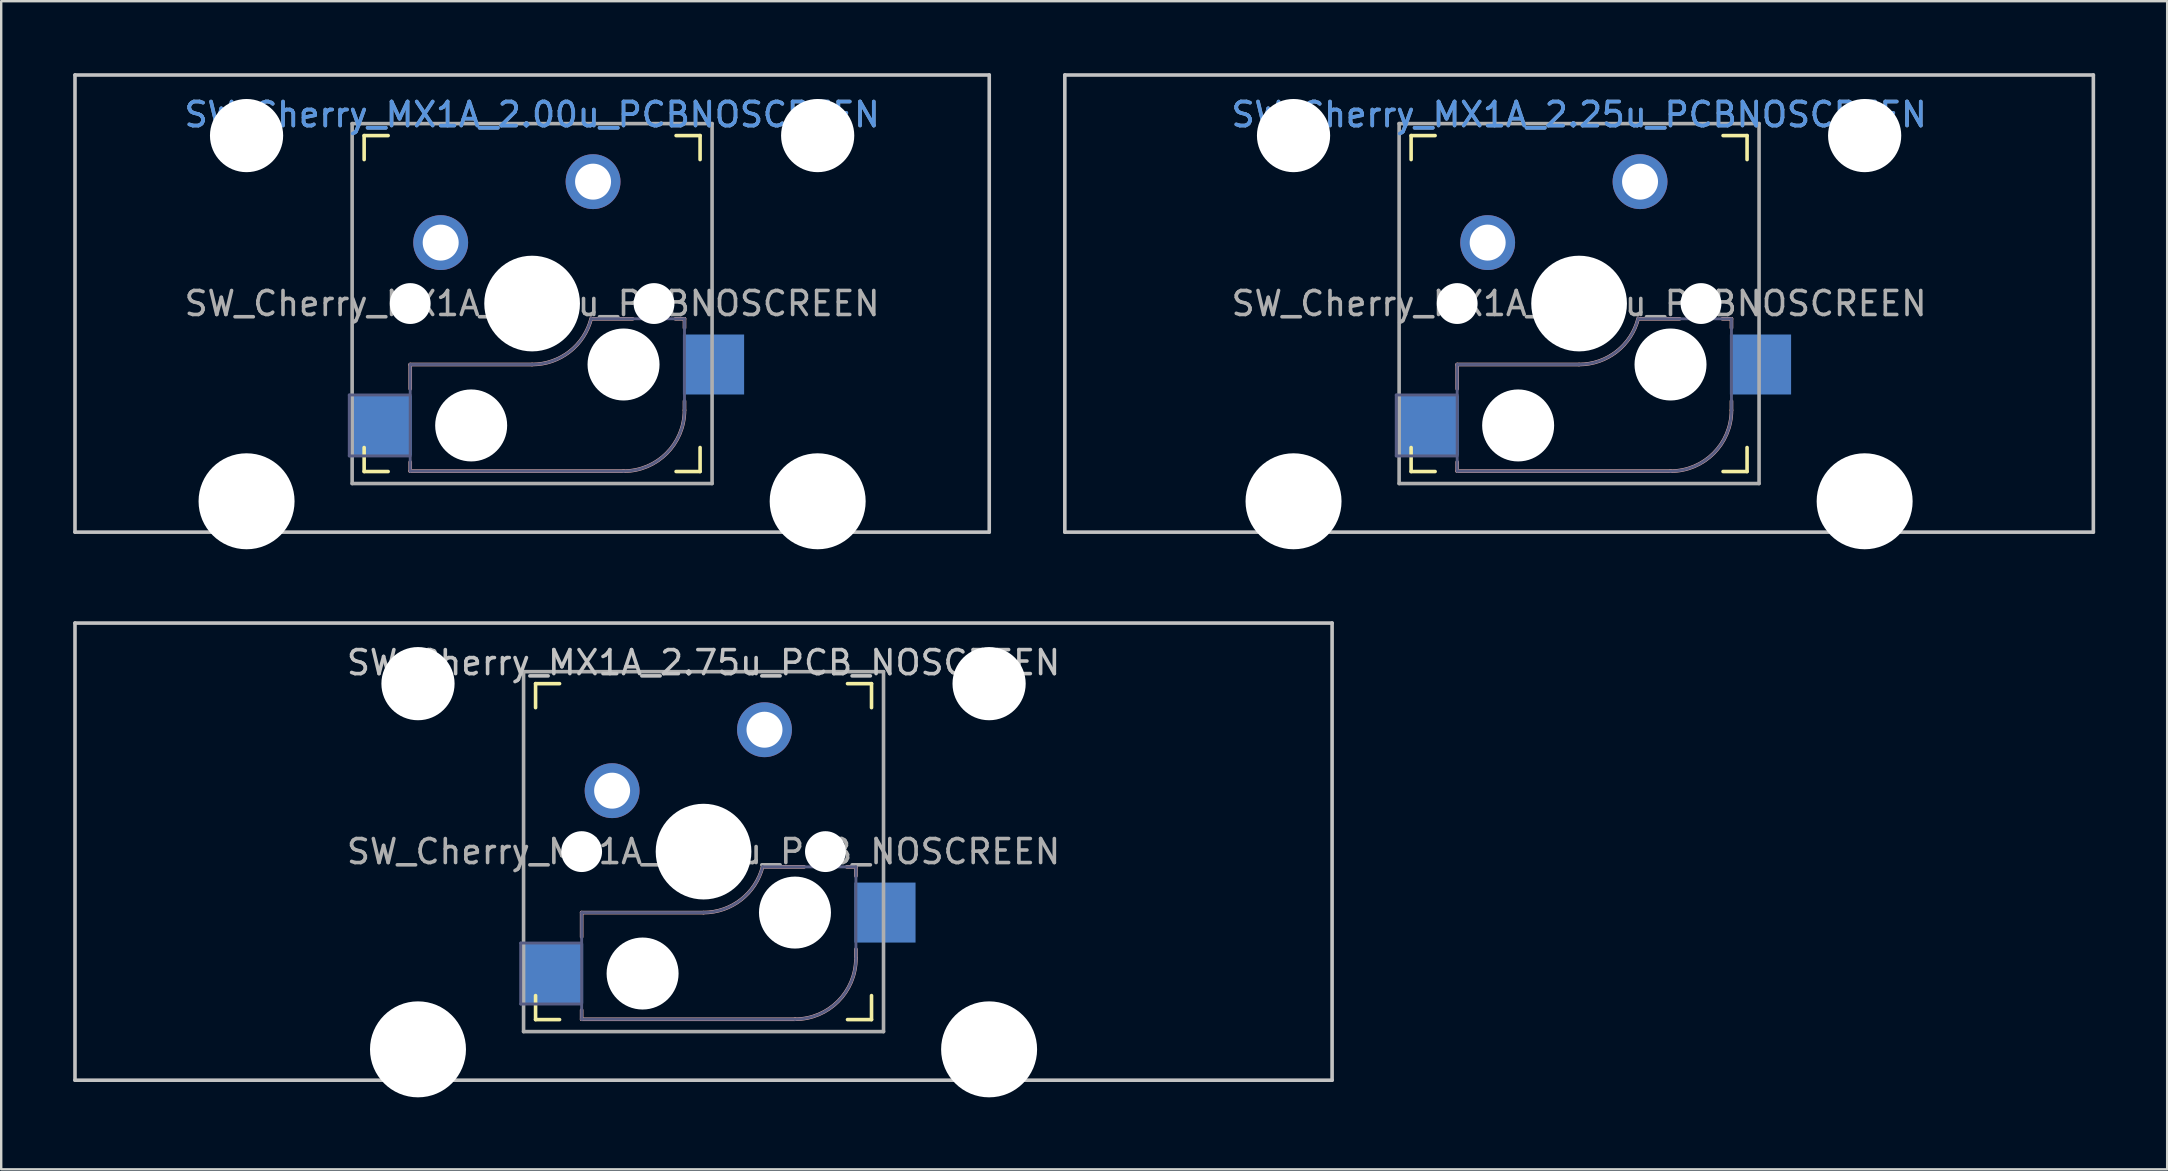
<source format=kicad_pcb>
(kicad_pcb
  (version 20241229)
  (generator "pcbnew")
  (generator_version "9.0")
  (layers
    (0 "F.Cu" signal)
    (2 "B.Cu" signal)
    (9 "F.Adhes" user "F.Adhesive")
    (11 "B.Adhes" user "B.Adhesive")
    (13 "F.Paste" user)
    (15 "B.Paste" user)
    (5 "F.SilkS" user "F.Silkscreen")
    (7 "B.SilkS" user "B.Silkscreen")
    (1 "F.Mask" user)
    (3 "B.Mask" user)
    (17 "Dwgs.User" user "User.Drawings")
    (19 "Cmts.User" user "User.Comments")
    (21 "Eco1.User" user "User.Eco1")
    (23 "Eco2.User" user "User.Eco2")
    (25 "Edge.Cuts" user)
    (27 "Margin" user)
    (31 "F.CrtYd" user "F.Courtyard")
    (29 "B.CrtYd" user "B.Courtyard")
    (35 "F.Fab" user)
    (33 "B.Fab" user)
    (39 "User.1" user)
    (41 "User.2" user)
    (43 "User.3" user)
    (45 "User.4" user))
  (footprint "SW_Cherry_MX1A_2.00u_PCBNOSCREEN"
    (layer "F.Cu")
    (at 21.665 4.52)
    (property "Reference" "SW_Cherry_MX1A_2.00u_PCBNOSCREEN" (at -2.54 -2.794 0) (layer "Cmts.User") (effects (font (size 1 1) (thickness 0.15))))
    (attr through_hole)
    (fp_line (start -9.54 -0.92) (end -9.54 -1.92) (stroke (width 0.15) (type solid)) (layer "F.SilkS"))
    (fp_line (start -9.54 12.08) (end -9.54 11.08) (stroke (width 0.15) (type solid)) (layer "F.SilkS"))
    (fp_line (start -9.54 12.08) (end -8.54 12.08) (stroke (width 0.15) (type solid)) (layer "F.SilkS"))
    (fp_line (start -8.54 -1.92) (end -9.54 -1.92) (stroke (width 0.15) (type solid)) (layer "F.SilkS"))
    (fp_line (start 3.46 12.08) (end 4.46 12.08) (stroke (width 0.15) (type solid)) (layer "F.SilkS"))
    (fp_line (start 4.46 -1.92) (end 3.46 -1.92) (stroke (width 0.15) (type solid)) (layer "F.SilkS"))
    (fp_line (start 4.46 -1.92) (end 4.46 -0.92) (stroke (width 0.15) (type solid)) (layer "F.SilkS"))
    (fp_line (start 4.46 11.08) (end 4.46 12.08) (stroke (width 0.15) (type solid)) (layer "F.SilkS"))
    (fp_line (start -7.62 7.62) (end -7.62 8.636) (stroke (width 0.15) (type solid)) (layer "B.SilkS"))
    (fp_line (start -7.62 11.684) (end -7.62 12.065) (stroke (width 0.15) (type solid)) (layer "B.SilkS"))
    (fp_line (start -7.62 12.065) (end 1.27 12.065) (stroke (width 0.15) (type solid)) (layer "B.SilkS"))
    (fp_line (start -2.54 7.62) (end -7.62 7.62) (stroke (width 0.15) (type solid)) (layer "B.SilkS"))
    (fp_line (start 1.651 5.715) (end 0 5.715) (stroke (width 0.15) (type solid)) (layer "B.SilkS"))
    (fp_line (start 3.81 5.715) (end 3.429 5.715) (stroke (width 0.15) (type solid)) (layer "B.SilkS"))
    (fp_line (start 3.81 6.096) (end 3.81 5.715) (stroke (width 0.15) (type solid)) (layer "B.SilkS"))
    (fp_line (start 3.81 9.525) (end 3.81 9.144) (stroke (width 0.15) (type solid)) (layer "B.SilkS"))
    (fp_arc (start -0.075838 5.69604) (mid -0.976853 7.082042) (end -2.54 7.62) (stroke (width 0.15) (type solid)) (layer "B.SilkS"))
    (fp_arc (start 3.81 9.525) (mid 3.066051 11.321051) (end 1.27 12.065) (stroke (width 0.15) (type solid)) (layer "B.SilkS"))
    (fp_line (start -21.59 -4.445) (end 16.51 -4.445) (stroke (width 0.15) (type solid)) (layer "Dwgs.User"))
    (fp_line (start -21.59 14.605) (end -21.59 -4.445) (stroke (width 0.15) (type solid)) (layer "Dwgs.User"))
    (fp_line (start 16.51 -4.445) (end 16.51 14.605) (stroke (width 0.15) (type solid)) (layer "Dwgs.User"))
    (fp_line (start 16.51 14.605) (end -21.59 14.605) (stroke (width 0.15) (type solid)) (layer "Dwgs.User"))
    (fp_line (start -9.44 11.98) (end -9.44 -1.82) (stroke (width 0.15) (type solid)) (layer "Eco2.User"))
    (fp_line (start -9.44 11.98) (end 4.36 11.98) (stroke (width 0.15) (type solid)) (layer "Eco2.User"))
    (fp_line (start 4.36 -1.82) (end -9.44 -1.82) (stroke (width 0.15) (type solid)) (layer "Eco2.User"))
    (fp_line (start 4.36 -1.82) (end 4.36 11.98) (stroke (width 0.15) (type solid)) (layer "Eco2.User"))
    (fp_line (start -10.16 8.89) (end -10.16 11.43) (stroke (width 0.12) (type solid)) (layer "B.Fab"))
    (fp_line (start -10.16 11.43) (end -7.62 11.43) (stroke (width 0.12) (type solid)) (layer "B.Fab"))
    (fp_line (start -7.62 7.62) (end -7.62 12.065) (stroke (width 0.12) (type solid)) (layer "B.Fab"))
    (fp_line (start -7.62 8.89) (end -10.16 8.89) (stroke (width 0.12) (type solid)) (layer "B.Fab"))
    (fp_line (start -7.62 12.065) (end 1.27 12.065) (stroke (width 0.12) (type solid)) (layer "B.Fab"))
    (fp_line (start -2.54 7.62) (end -7.62 7.62) (stroke (width 0.12) (type solid)) (layer "B.Fab"))
    (fp_line (start 3.81 5.715) (end 0 5.715) (stroke (width 0.12) (type solid)) (layer "B.Fab"))
    (fp_line (start 3.81 9.525) (end 3.81 5.715) (stroke (width 0.12) (type solid)) (layer "B.Fab"))
    (fp_arc (start -0.075838 5.69604) (mid -0.976853 7.082042) (end -2.54 7.62) (stroke (width 0.12) (type solid)) (layer "B.Fab"))
    (fp_arc (start 3.81 9.525) (mid 3.066051 11.321051) (end 1.27 12.065) (stroke (width 0.12) (type solid)) (layer "B.Fab"))
    (fp_line (start -10.04 -2.42) (end 4.96 -2.42) (stroke (width 0.15) (type solid)) (layer "F.Fab"))
    (fp_line (start -10.04 12.58) (end -10.04 -2.42) (stroke (width 0.15) (type solid)) (layer "F.Fab"))
    (fp_line (start 4.96 -2.42) (end 4.96 12.58) (stroke (width 0.15) (type solid)) (layer "F.Fab"))
    (fp_line (start 4.96 12.58) (end -10.04 12.58) (stroke (width 0.15) (type solid)) (layer "F.Fab"))
    (fp_text user "${REFERENCE}" (at -2.54 5.08 0) (layer "F.Fab") (effects (font (size 1 1) (thickness 0.15))))
    (fp_text user "${REFERENCE}" (at -2.54 -2.794 0) (layer "F.Fab") (effects (font (size 1 1) (thickness 0.15))))
    (pad "" np_thru_hole circle (at -14.44 -1.92) (size 3.05 3.05) (drill 3.05) (layers "*.Cu" "*.Mask"))
    (pad "" np_thru_hole circle (at -14.44 13.32) (size 4 4) (drill 4) (layers "*.Cu" "*.Mask"))
    (pad "" np_thru_hole circle (at -7.62 5.08) (size 1.702 1.702) (drill 1.702) (layers "*.Cu" "*.Mask"))
    (pad "" np_thru_hole circle (at -5.08 10.16) (size 3 3) (drill 3) (layers "*.Cu" "*.Mask"))
    (pad "" np_thru_hole circle (at -2.54 5.08) (size 3.988 3.988) (drill 3.988) (layers "*.Cu" "*.Mask"))
    (pad "" np_thru_hole circle (at 1.27 7.62) (size 3 3) (drill 3) (layers "*.Cu" "*.Mask"))
    (pad "" np_thru_hole circle (at 2.54 5.08) (size 1.702 1.702) (drill 1.702) (layers "*.Cu" "*.Mask"))
    (pad "" np_thru_hole circle (at 9.36 -1.92) (size 3.05 3.05) (drill 3.05) (layers "*.Cu" "*.Mask"))
    (pad "" np_thru_hole circle (at 9.36 13.32) (size 4 4) (drill 4) (layers "*.Cu" "*.Mask"))
    (pad "1" smd rect (at -8.83 10.16) (size 2.55 2.5) (layers "B.Cu" "B.Mask" "B.Paste"))
    (pad "1" thru_hole circle (at 0 0) (size 2.286 2.286) (drill 1.499) (layers "*.Cu" "*.Mask"))
    (pad "2" thru_hole circle (at -6.35 2.54) (size 2.286 2.286) (drill 1.499) (layers "*.Cu" "*.Mask"))
    (pad "2" smd rect (at 5.02 7.62) (size 2.55 2.5) (layers "B.Cu" "B.Mask" "B.Paste")))
  (footprint "SW_Cherry_MX1A_2.75u_PCB_NOSCREEN"
    (layer "F.Cu")
    (at 28.809 27.36)
    (property "Reference" "SW_Cherry_MX1A_2.75u_PCB_NOSCREEN" (at -2.54 -2.794 180) (layer "Dwgs.User") (effects (font (size 1 1) (thickness 0.15))))
    (attr through_hole)
    (fp_line (start -9.54 -0.92) (end -9.54 -1.92) (stroke (width 0.15) (type solid)) (layer "F.SilkS"))
    (fp_line (start -9.54 12.08) (end -9.54 11.08) (stroke (width 0.15) (type solid)) (layer "F.SilkS"))
    (fp_line (start -9.54 12.08) (end -8.54 12.08) (stroke (width 0.15) (type solid)) (layer "F.SilkS"))
    (fp_line (start -8.54 -1.92) (end -9.54 -1.92) (stroke (width 0.15) (type solid)) (layer "F.SilkS"))
    (fp_line (start 3.46 12.08) (end 4.46 12.08) (stroke (width 0.15) (type solid)) (layer "F.SilkS"))
    (fp_line (start 4.46 -1.92) (end 3.46 -1.92) (stroke (width 0.15) (type solid)) (layer "F.SilkS"))
    (fp_line (start 4.46 -1.92) (end 4.46 -0.92) (stroke (width 0.15) (type solid)) (layer "F.SilkS"))
    (fp_line (start 4.46 11.08) (end 4.46 12.08) (stroke (width 0.15) (type solid)) (layer "F.SilkS"))
    (fp_line (start -7.62 7.62) (end -7.62 8.636) (stroke (width 0.15) (type solid)) (layer "B.SilkS"))
    (fp_line (start -7.62 11.684) (end -7.62 12.065) (stroke (width 0.15) (type solid)) (layer "B.SilkS"))
    (fp_line (start -7.62 12.065) (end 1.27 12.065) (stroke (width 0.15) (type solid)) (layer "B.SilkS"))
    (fp_line (start -2.54 7.62) (end -7.62 7.62) (stroke (width 0.15) (type solid)) (layer "B.SilkS"))
    (fp_line (start 1.651 5.715) (end 0 5.715) (stroke (width 0.15) (type solid)) (layer "B.SilkS"))
    (fp_line (start 3.81 5.715) (end 3.429 5.715) (stroke (width 0.15) (type solid)) (layer "B.SilkS"))
    (fp_line (start 3.81 6.096) (end 3.81 5.715) (stroke (width 0.15) (type solid)) (layer "B.SilkS"))
    (fp_line (start 3.81 9.525) (end 3.81 9.144) (stroke (width 0.15) (type solid)) (layer "B.SilkS"))
    (fp_arc (start -0.075838 5.69604) (mid -0.976853 7.082042) (end -2.54 7.62) (stroke (width 0.15) (type solid)) (layer "B.SilkS"))
    (fp_arc (start 3.81 9.525) (mid 3.066051 11.321051) (end 1.27 12.065) (stroke (width 0.15) (type solid)) (layer "B.SilkS"))
    (fp_line (start -28.734 -4.445) (end 23.654 -4.445) (stroke (width 0.15) (type solid)) (layer "Dwgs.User"))
    (fp_line (start -28.734 14.605) (end -28.734 -4.445) (stroke (width 0.15) (type solid)) (layer "Dwgs.User"))
    (fp_line (start 23.654 -4.445) (end 23.654 14.605) (stroke (width 0.15) (type solid)) (layer "Dwgs.User"))
    (fp_line (start 23.654 14.605) (end -28.734 14.605) (stroke (width 0.15) (type solid)) (layer "Dwgs.User"))
    (fp_line (start -9.44 11.98) (end -9.44 -1.82) (stroke (width 0.15) (type solid)) (layer "Eco2.User"))
    (fp_line (start -9.44 11.98) (end 4.36 11.98) (stroke (width 0.15) (type solid)) (layer "Eco2.User"))
    (fp_line (start 4.36 -1.82) (end -9.44 -1.82) (stroke (width 0.15) (type solid)) (layer "Eco2.User"))
    (fp_line (start 4.36 -1.82) (end 4.36 11.98) (stroke (width 0.15) (type solid)) (layer "Eco2.User"))
    (fp_line (start -10.16 8.89) (end -10.16 11.43) (stroke (width 0.12) (type solid)) (layer "B.Fab"))
    (fp_line (start -10.16 11.43) (end -7.62 11.43) (stroke (width 0.12) (type solid)) (layer "B.Fab"))
    (fp_line (start -7.62 7.62) (end -7.62 12.065) (stroke (width 0.12) (type solid)) (layer "B.Fab"))
    (fp_line (start -7.62 8.89) (end -10.16 8.89) (stroke (width 0.12) (type solid)) (layer "B.Fab"))
    (fp_line (start -7.62 12.065) (end 1.27 12.065) (stroke (width 0.12) (type solid)) (layer "B.Fab"))
    (fp_line (start -2.54 7.62) (end -7.62 7.62) (stroke (width 0.12) (type solid)) (layer "B.Fab"))
    (fp_line (start 3.81 5.715) (end 0 5.715) (stroke (width 0.12) (type solid)) (layer "B.Fab"))
    (fp_line (start 3.81 9.525) (end 3.81 5.715) (stroke (width 0.12) (type solid)) (layer "B.Fab"))
    (fp_arc (start -0.075838 5.69604) (mid -0.976853 7.082042) (end -2.54 7.62) (stroke (width 0.12) (type solid)) (layer "B.Fab"))
    (fp_arc (start 3.81 9.525) (mid 3.066051 11.321051) (end 1.27 12.065) (stroke (width 0.12) (type solid)) (layer "B.Fab"))
    (fp_line (start -10.04 -2.42) (end 4.96 -2.42) (stroke (width 0.15) (type solid)) (layer "F.Fab"))
    (fp_line (start -10.04 12.58) (end -10.04 -2.42) (stroke (width 0.15) (type solid)) (layer "F.Fab"))
    (fp_line (start 4.96 -2.42) (end 4.96 12.58) (stroke (width 0.15) (type solid)) (layer "F.Fab"))
    (fp_line (start 4.96 12.58) (end -10.04 12.58) (stroke (width 0.15) (type solid)) (layer "F.Fab"))
    (fp_text user "${REFERENCE}" (at -2.54 5.08 0) (layer "F.Fab") (effects (font (size 1 1) (thickness 0.15))))
    (pad "" np_thru_hole circle (at -14.44 -1.92) (size 3.05 3.05) (drill 3.05) (layers "*.Cu" "*.Mask"))
    (pad "" np_thru_hole circle (at -14.44 13.32) (size 4 4) (drill 4) (layers "*.Cu" "*.Mask"))
    (pad "" np_thru_hole circle (at -7.62 5.08) (size 1.702 1.702) (drill 1.702) (layers "*.Cu" "*.Mask"))
    (pad "" np_thru_hole circle (at -5.08 10.16) (size 3 3) (drill 3) (layers "*.Cu" "*.Mask"))
    (pad "" np_thru_hole circle (at -2.54 5.08) (size 3.988 3.988) (drill 3.988) (layers "*.Cu" "*.Mask"))
    (pad "" np_thru_hole circle (at 1.27 7.62) (size 3 3) (drill 3) (layers "*.Cu" "*.Mask"))
    (pad "" np_thru_hole circle (at 2.54 5.08) (size 1.702 1.702) (drill 1.702) (layers "*.Cu" "*.Mask"))
    (pad "" np_thru_hole circle (at 9.36 -1.92) (size 3.05 3.05) (drill 3.05) (layers "*.Cu" "*.Mask"))
    (pad "" np_thru_hole circle (at 9.36 13.32) (size 4 4) (drill 4) (layers "*.Cu" "*.Mask"))
    (pad "1" smd rect (at -8.83 10.16) (size 2.55 2.5) (layers "B.Cu" "B.Mask" "B.Paste"))
    (pad "1" thru_hole circle (at 0 0) (size 2.286 2.286) (drill 1.499) (layers "*.Cu" "*.Mask"))
    (pad "2" thru_hole circle (at -6.35 2.54) (size 2.286 2.286) (drill 1.499) (layers "*.Cu" "*.Mask"))
    (pad "2" smd rect (at 5.02 7.62) (size 2.55 2.5) (layers "B.Cu" "B.Mask" "B.Paste")))
  (footprint "SW_Cherry_MX1A_2.25u_PCBNOSCREEN"
    (layer "F.Cu")
    (at 65.296 4.52)
    (property "Reference" "SW_Cherry_MX1A_2.25u_PCBNOSCREEN" (at -2.54 -2.794 0) (layer "Cmts.User") (effects (font (size 1 1) (thickness 0.15))))
    (attr through_hole)
    (fp_line (start -9.54 -0.92) (end -9.54 -1.92) (stroke (width 0.15) (type solid)) (layer "F.SilkS"))
    (fp_line (start -9.54 12.08) (end -9.54 11.08) (stroke (width 0.15) (type solid)) (layer "F.SilkS"))
    (fp_line (start -9.54 12.08) (end -8.54 12.08) (stroke (width 0.15) (type solid)) (layer "F.SilkS"))
    (fp_line (start -8.54 -1.92) (end -9.54 -1.92) (stroke (width 0.15) (type solid)) (layer "F.SilkS"))
    (fp_line (start 3.46 12.08) (end 4.46 12.08) (stroke (width 0.15) (type solid)) (layer "F.SilkS"))
    (fp_line (start 4.46 -1.92) (end 3.46 -1.92) (stroke (width 0.15) (type solid)) (layer "F.SilkS"))
    (fp_line (start 4.46 -1.92) (end 4.46 -0.92) (stroke (width 0.15) (type solid)) (layer "F.SilkS"))
    (fp_line (start 4.46 11.08) (end 4.46 12.08) (stroke (width 0.15) (type solid)) (layer "F.SilkS"))
    (fp_line (start -7.62 7.62) (end -7.62 8.636) (stroke (width 0.15) (type solid)) (layer "B.SilkS"))
    (fp_line (start -7.62 11.684) (end -7.62 12.065) (stroke (width 0.15) (type solid)) (layer "B.SilkS"))
    (fp_line (start -7.62 12.065) (end 1.27 12.065) (stroke (width 0.15) (type solid)) (layer "B.SilkS"))
    (fp_line (start -2.54 7.62) (end -7.62 7.62) (stroke (width 0.15) (type solid)) (layer "B.SilkS"))
    (fp_line (start 1.651 5.715) (end 0 5.715) (stroke (width 0.15) (type solid)) (layer "B.SilkS"))
    (fp_line (start 3.81 5.715) (end 3.429 5.715) (stroke (width 0.15) (type solid)) (layer "B.SilkS"))
    (fp_line (start 3.81 6.096) (end 3.81 5.715) (stroke (width 0.15) (type solid)) (layer "B.SilkS"))
    (fp_line (start 3.81 9.525) (end 3.81 9.144) (stroke (width 0.15) (type solid)) (layer "B.SilkS"))
    (fp_arc (start -0.075838 5.69604) (mid -0.976853 7.082042) (end -2.54 7.62) (stroke (width 0.15) (type solid)) (layer "B.SilkS"))
    (fp_arc (start 3.81 9.525) (mid 3.066051 11.321051) (end 1.27 12.065) (stroke (width 0.15) (type solid)) (layer "B.SilkS"))
    (fp_line (start -23.971 -4.445) (end 18.891 -4.445) (stroke (width 0.15) (type solid)) (layer "Dwgs.User"))
    (fp_line (start -23.971 14.605) (end -23.971 -4.445) (stroke (width 0.15) (type solid)) (layer "Dwgs.User"))
    (fp_line (start 18.891 -4.445) (end 18.891 14.605) (stroke (width 0.15) (type solid)) (layer "Dwgs.User"))
    (fp_line (start 18.891 14.605) (end -23.971 14.605) (stroke (width 0.15) (type solid)) (layer "Dwgs.User"))
    (fp_line (start -9.44 11.98) (end -9.44 -1.82) (stroke (width 0.15) (type solid)) (layer "Eco2.User"))
    (fp_line (start -9.44 11.98) (end 4.36 11.98) (stroke (width 0.15) (type solid)) (layer "Eco2.User"))
    (fp_line (start 4.36 -1.82) (end -9.44 -1.82) (stroke (width 0.15) (type solid)) (layer "Eco2.User"))
    (fp_line (start 4.36 -1.82) (end 4.36 11.98) (stroke (width 0.15) (type solid)) (layer "Eco2.User"))
    (fp_line (start -10.16 8.89) (end -10.16 11.43) (stroke (width 0.12) (type solid)) (layer "B.Fab"))
    (fp_line (start -10.16 11.43) (end -7.62 11.43) (stroke (width 0.12) (type solid)) (layer "B.Fab"))
    (fp_line (start -7.62 7.62) (end -7.62 12.065) (stroke (width 0.12) (type solid)) (layer "B.Fab"))
    (fp_line (start -7.62 8.89) (end -10.16 8.89) (stroke (width 0.12) (type solid)) (layer "B.Fab"))
    (fp_line (start -7.62 12.065) (end 1.27 12.065) (stroke (width 0.12) (type solid)) (layer "B.Fab"))
    (fp_line (start -2.54 7.62) (end -7.62 7.62) (stroke (width 0.12) (type solid)) (layer "B.Fab"))
    (fp_line (start 3.81 5.715) (end 0 5.715) (stroke (width 0.12) (type solid)) (layer "B.Fab"))
    (fp_line (start 3.81 9.525) (end 3.81 5.715) (stroke (width 0.12) (type solid)) (layer "B.Fab"))
    (fp_arc (start -0.075838 5.69604) (mid -0.976853 7.082042) (end -2.54 7.62) (stroke (width 0.12) (type solid)) (layer "B.Fab"))
    (fp_arc (start 3.81 9.525) (mid 3.066051 11.321051) (end 1.27 12.065) (stroke (width 0.12) (type solid)) (layer "B.Fab"))
    (fp_line (start -10.04 -2.42) (end 4.96 -2.42) (stroke (width 0.15) (type solid)) (layer "F.Fab"))
    (fp_line (start -10.04 12.58) (end -10.04 -2.42) (stroke (width 0.15) (type solid)) (layer "F.Fab"))
    (fp_line (start 4.96 -2.42) (end 4.96 12.58) (stroke (width 0.15) (type solid)) (layer "F.Fab"))
    (fp_line (start 4.96 12.58) (end -10.04 12.58) (stroke (width 0.15) (type solid)) (layer "F.Fab"))
    (fp_text user "${REFERENCE}" (at -2.54 -2.794 0) (layer "F.Fab") (effects (font (size 1 1) (thickness 0.15))))
    (fp_text user "${REFERENCE}" (at -2.54 5.08 0) (layer "F.Fab") (effects (font (size 1 1) (thickness 0.15))))
    (pad "" np_thru_hole circle (at -14.44 -1.92) (size 3.05 3.05) (drill 3.05) (layers "*.Cu" "*.Mask"))
    (pad "" np_thru_hole circle (at -14.44 13.32) (size 4 4) (drill 4) (layers "*.Cu" "*.Mask"))
    (pad "" np_thru_hole circle (at -7.62 5.08) (size 1.702 1.702) (drill 1.702) (layers "*.Cu" "*.Mask"))
    (pad "" np_thru_hole circle (at -5.08 10.16) (size 3 3) (drill 3) (layers "*.Cu" "*.Mask"))
    (pad "" np_thru_hole circle (at -2.54 5.08) (size 3.988 3.988) (drill 3.988) (layers "*.Cu" "*.Mask"))
    (pad "" np_thru_hole circle (at 1.27 7.62) (size 3 3) (drill 3) (layers "*.Cu" "*.Mask"))
    (pad "" np_thru_hole circle (at 2.54 5.08) (size 1.702 1.702) (drill 1.702) (layers "*.Cu" "*.Mask"))
    (pad "" np_thru_hole circle (at 9.36 -1.92) (size 3.05 3.05) (drill 3.05) (layers "*.Cu" "*.Mask"))
    (pad "" np_thru_hole circle (at 9.36 13.32) (size 4 4) (drill 4) (layers "*.Cu" "*.Mask"))
    (pad "1" smd rect (at -8.83 10.16) (size 2.55 2.5) (layers "B.Cu" "B.Mask" "B.Paste"))
    (pad "1" thru_hole circle (at 0 0) (size 2.286 2.286) (drill 1.499) (layers "*.Cu" "*.Mask"))
    (pad "2" thru_hole circle (at -6.35 2.54) (size 2.286 2.286) (drill 1.499) (layers "*.Cu" "*.Mask"))
    (pad "2" smd rect (at 5.02 7.62) (size 2.55 2.5) (layers "B.Cu" "B.Mask" "B.Paste")))
  (gr_rect
    (start -3 -3)
    (end 87.263 45.68)
    (stroke (width 0.1) (type default))
    (fill no)
    (layer "Edge.Cuts")))
</source>
